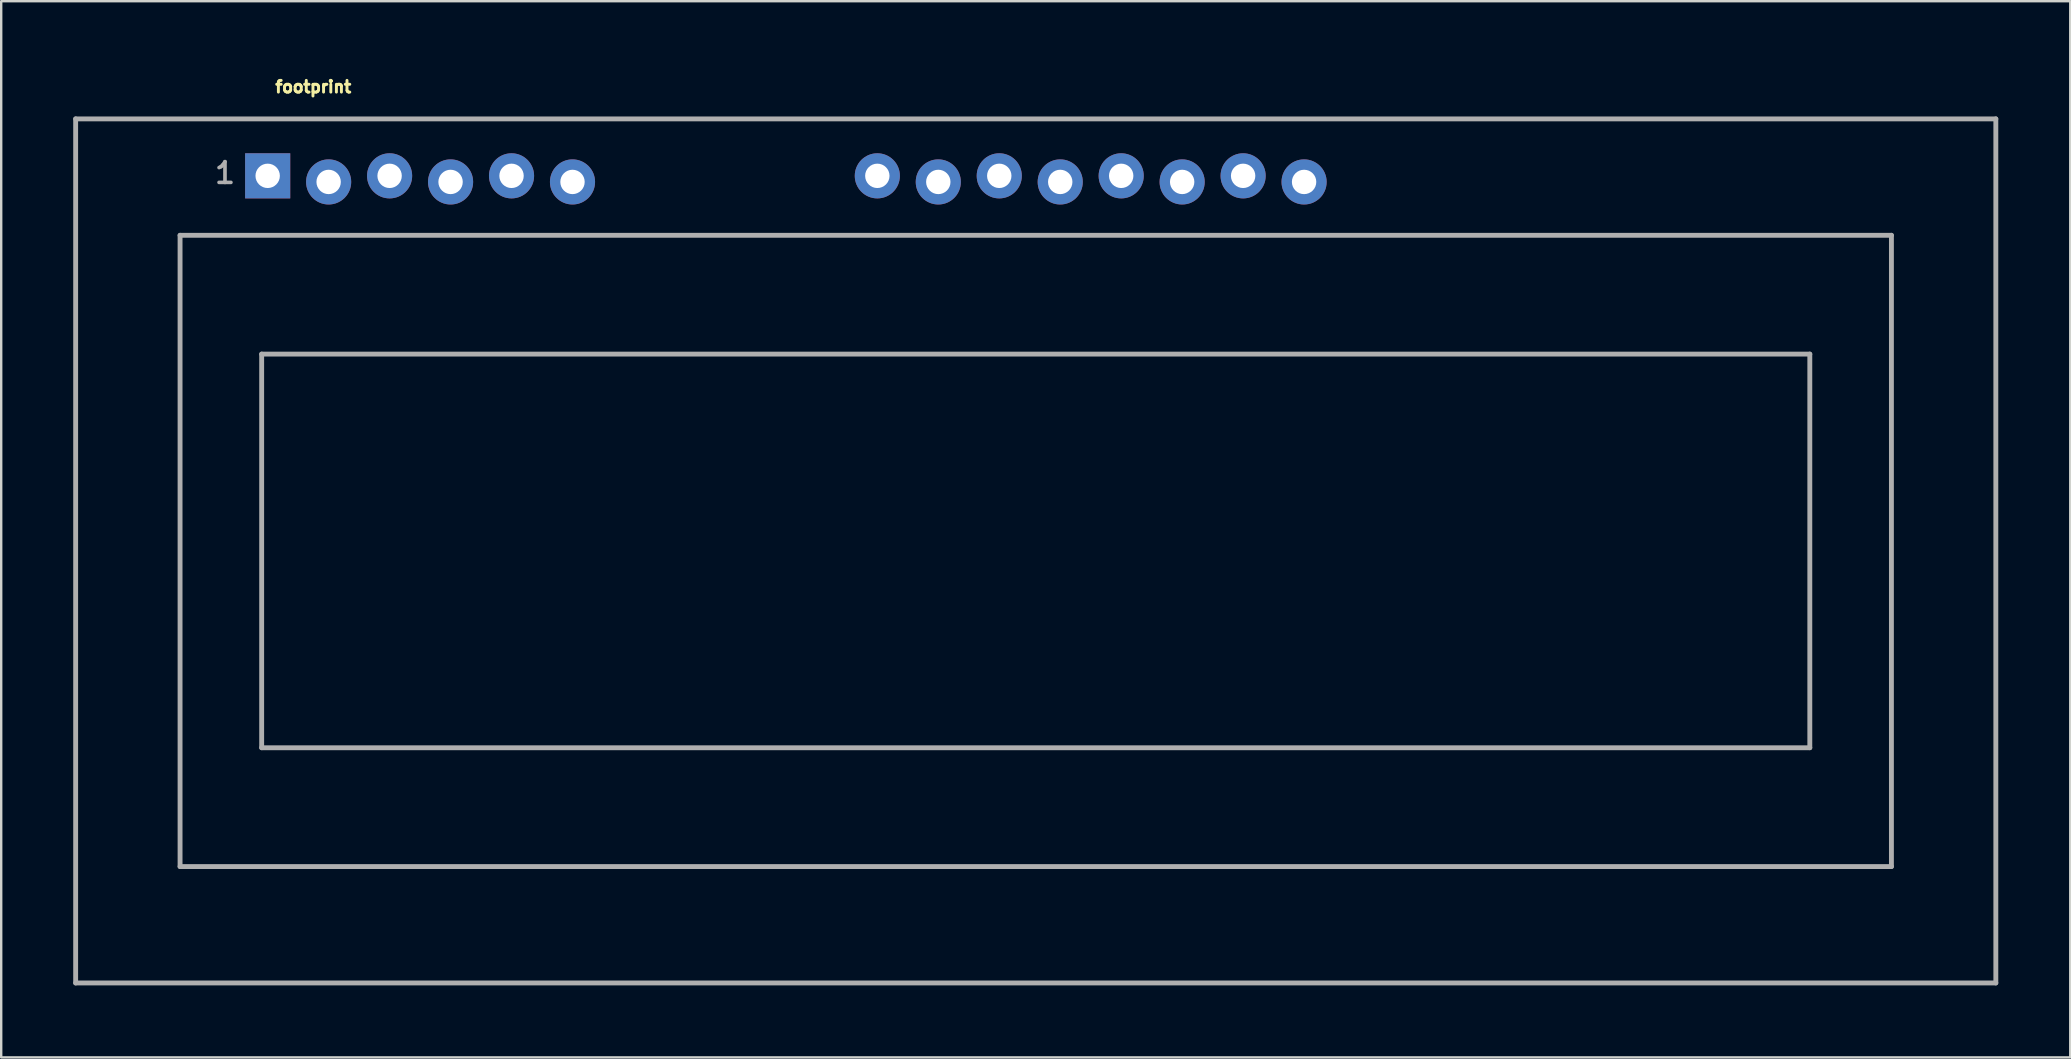
<source format=kicad_pcb>
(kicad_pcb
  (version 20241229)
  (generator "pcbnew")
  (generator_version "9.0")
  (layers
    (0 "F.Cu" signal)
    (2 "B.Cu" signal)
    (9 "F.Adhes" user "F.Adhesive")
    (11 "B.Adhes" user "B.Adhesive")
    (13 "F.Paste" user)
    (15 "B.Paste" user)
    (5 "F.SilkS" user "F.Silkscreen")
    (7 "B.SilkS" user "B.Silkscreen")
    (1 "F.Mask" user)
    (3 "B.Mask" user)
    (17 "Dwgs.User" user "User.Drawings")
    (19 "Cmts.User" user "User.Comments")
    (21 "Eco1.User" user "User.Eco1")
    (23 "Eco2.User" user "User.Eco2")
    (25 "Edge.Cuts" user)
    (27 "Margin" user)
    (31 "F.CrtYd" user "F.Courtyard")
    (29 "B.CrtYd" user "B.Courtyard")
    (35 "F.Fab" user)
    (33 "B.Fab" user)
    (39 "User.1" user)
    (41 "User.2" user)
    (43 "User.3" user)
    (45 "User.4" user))
  (footprint "footprint"
    (layer "F.Cu")
    (at 40.102 19.903)
    (property "Reference" "footprint" (at -31.75 -19.05 0) (layer "F.SilkS") (effects (font (size 0.488 0.488) (thickness 0.122)) (justify left bottom)))
    (fp_line (start -40 -18) (end 40 -18) (stroke (width 0.203) (type solid)) (layer "F.Fab"))
    (fp_line (start -40 18) (end -40 -18) (stroke (width 0.203) (type solid)) (layer "F.Fab"))
    (fp_line (start -35.65 -13.15) (end 35.65 -13.15) (stroke (width 0.203) (type solid)) (layer "F.Fab"))
    (fp_line (start -35.65 13.15) (end -35.65 -13.15) (stroke (width 0.203) (type solid)) (layer "F.Fab"))
    (fp_line (start -32.25 -8.2) (end 32.25 -8.2) (stroke (width 0.203) (type solid)) (layer "F.Fab"))
    (fp_line (start -32.25 8.2) (end -32.25 -8.2) (stroke (width 0.203) (type solid)) (layer "F.Fab"))
    (fp_line (start 32.25 -8.2) (end 32.25 8.2) (stroke (width 0.203) (type solid)) (layer "F.Fab"))
    (fp_line (start 32.25 8.2) (end -32.25 8.2) (stroke (width 0.203) (type solid)) (layer "F.Fab"))
    (fp_line (start 35.65 -13.15) (end 35.65 13.15) (stroke (width 0.203) (type solid)) (layer "F.Fab"))
    (fp_line (start 35.65 13.15) (end -35.65 13.15) (stroke (width 0.203) (type solid)) (layer "F.Fab"))
    (fp_line (start 40 -18) (end 40 18) (stroke (width 0.203) (type solid)) (layer "F.Fab"))
    (fp_line (start 40 18) (end -40 18) (stroke (width 0.203) (type solid)) (layer "F.Fab"))
    (fp_text user "1" (at -34.29 -15.24 0) (layer "F.Fab") (effects (font (size 0.864 0.864) (thickness 0.152)) (justify left bottom)))
    (pad "1" thru_hole rect (at -32 -15.627) (size 1.88 1.88) (drill 1.016) (layers "*.Cu" "*.Mask"))
    (pad "2" thru_hole circle (at -29.46 -15.373) (size 1.88 1.88) (drill 1.016) (layers "*.Cu" "*.Mask"))
    (pad "3" thru_hole circle (at -26.92 -15.627) (size 1.88 1.88) (drill 1.016) (layers "*.Cu" "*.Mask"))
    (pad "4" thru_hole circle (at -24.38 -15.373) (size 1.88 1.88) (drill 1.016) (layers "*.Cu" "*.Mask"))
    (pad "5" thru_hole circle (at -21.84 -15.627) (size 1.88 1.88) (drill 1.016) (layers "*.Cu" "*.Mask"))
    (pad "6" thru_hole circle (at -19.3 -15.373) (size 1.88 1.88) (drill 1.016) (layers "*.Cu" "*.Mask"))
    (pad "11" thru_hole circle (at -6.6 -15.627) (size 1.88 1.88) (drill 1.016) (layers "*.Cu" "*.Mask"))
    (pad "12" thru_hole circle (at -4.06 -15.373) (size 1.88 1.88) (drill 1.016) (layers "*.Cu" "*.Mask"))
    (pad "13" thru_hole circle (at -1.52 -15.627) (size 1.88 1.88) (drill 1.016) (layers "*.Cu" "*.Mask"))
    (pad "14" thru_hole circle (at 1.02 -15.373) (size 1.88 1.88) (drill 1.016) (layers "*.Cu" "*.Mask"))
    (pad "15" thru_hole circle (at 3.56 -15.627) (size 1.88 1.88) (drill 1.016) (layers "*.Cu" "*.Mask"))
    (pad "16" thru_hole circle (at 6.1 -15.373) (size 1.88 1.88) (drill 1.016) (layers "*.Cu" "*.Mask"))
    (pad "17" thru_hole circle (at 8.64 -15.627) (size 1.88 1.88) (drill 1.016) (layers "*.Cu" "*.Mask"))
    (pad "18" thru_hole circle (at 11.18 -15.373) (size 1.88 1.88) (drill 1.016) (layers "*.Cu" "*.Mask")))
  (gr_rect
    (start -3 -3)
    (end 83.203 41.005)
    (stroke (width 0.1) (type default))
    (fill no)
    (layer "Edge.Cuts")))
</source>
